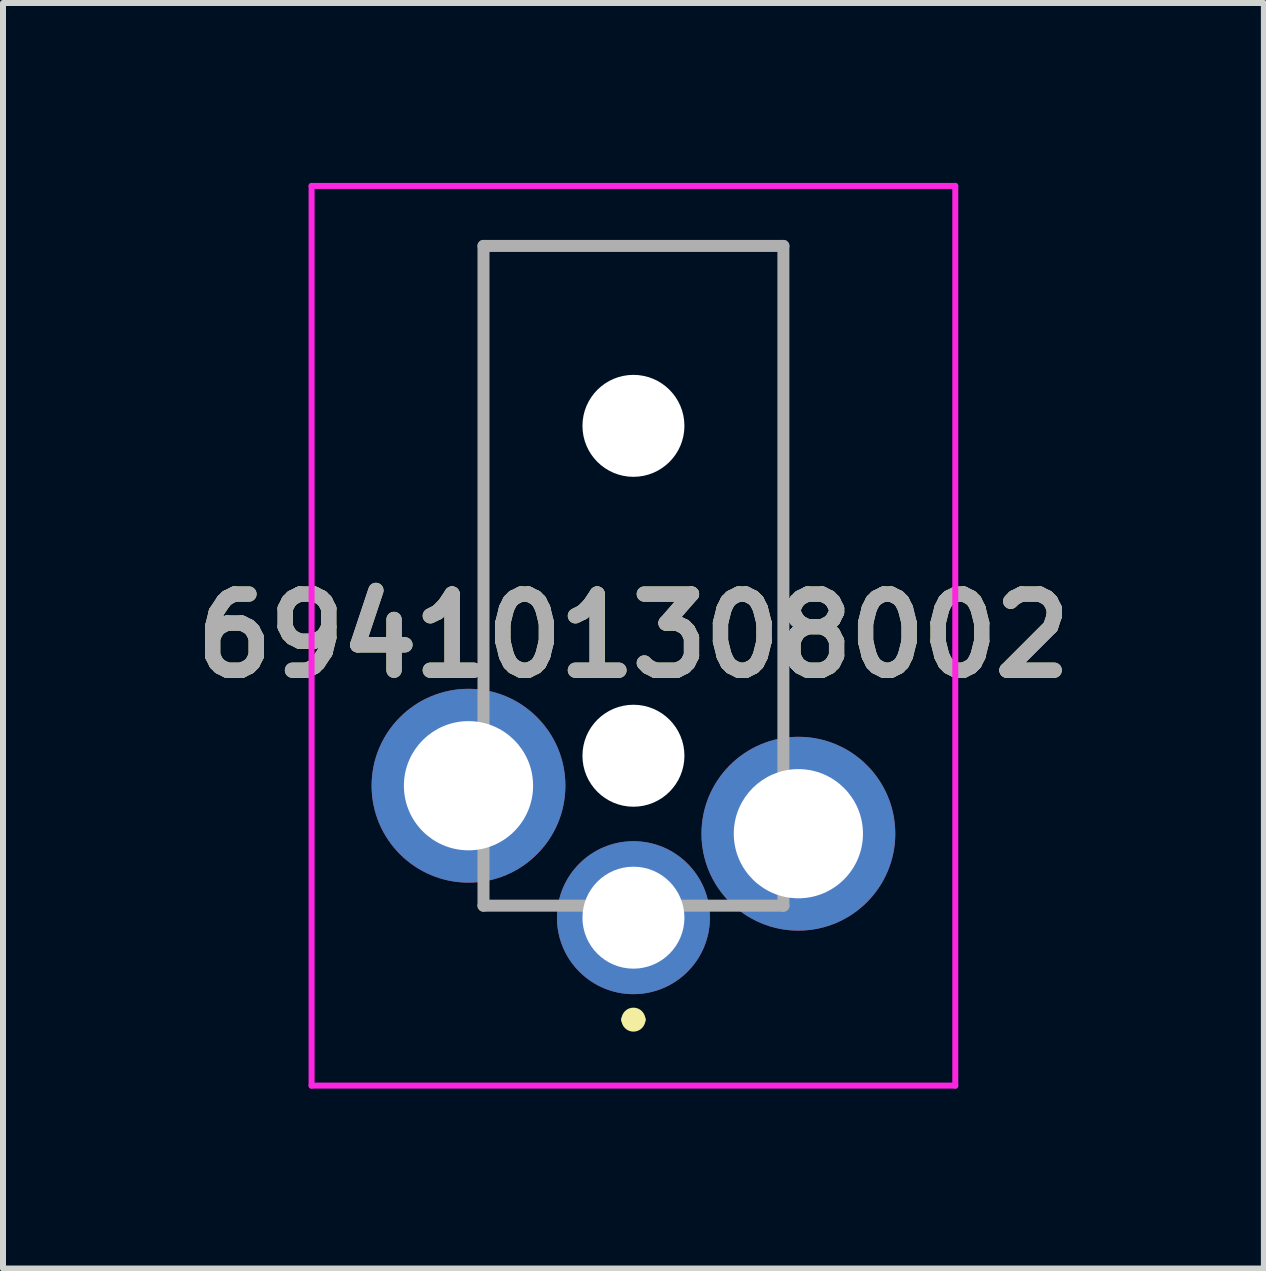
<source format=kicad_pcb>
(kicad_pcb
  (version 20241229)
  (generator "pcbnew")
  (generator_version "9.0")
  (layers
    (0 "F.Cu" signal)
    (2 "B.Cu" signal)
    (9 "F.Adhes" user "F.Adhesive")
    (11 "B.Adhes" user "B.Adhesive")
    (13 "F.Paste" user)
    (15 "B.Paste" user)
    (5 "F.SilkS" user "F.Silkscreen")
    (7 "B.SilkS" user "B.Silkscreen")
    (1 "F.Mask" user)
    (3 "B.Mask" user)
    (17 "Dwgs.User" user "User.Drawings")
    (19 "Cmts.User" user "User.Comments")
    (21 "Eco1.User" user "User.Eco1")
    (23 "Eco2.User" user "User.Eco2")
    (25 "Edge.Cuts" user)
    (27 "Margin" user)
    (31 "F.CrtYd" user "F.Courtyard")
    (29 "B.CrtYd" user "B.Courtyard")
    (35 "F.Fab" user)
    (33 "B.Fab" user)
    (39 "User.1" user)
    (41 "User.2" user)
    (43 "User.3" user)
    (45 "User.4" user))
  (footprint "694101308002"
    (layer "F.Cu")
    (at 7.511 12.25)
    (property "Reference" "694101308002" (at 0 -4.7 0) (layer "F.SilkS") (effects (font (size 1.27 1.27) (thickness 0.254))))
    (attr through_hole)
    (fp_line (start -2.5 -11.2) (end 2.5 -11.2) (stroke (width 0.1) (type solid)) (layer "F.SilkS"))
    (fp_line (start -2.5 -4.2) (end -2.5 -11.2) (stroke (width 0.1) (type solid)) (layer "F.SilkS"))
    (fp_line (start -0.1 1.7) (end -0.1 1.7) (stroke (width 0.2) (type solid)) (layer "F.SilkS"))
    (fp_line (start 0.1 1.7) (end 0.1 1.7) (stroke (width 0.2) (type solid)) (layer "F.SilkS"))
    (fp_line (start 2.5 -11.2) (end 2.5 -3.2) (stroke (width 0.1) (type solid)) (layer "F.SilkS"))
    (fp_arc (start -0.1 1.7) (mid 0 1.6) (end 0.1 1.7) (stroke (width 0.2) (type solid)) (layer "F.SilkS"))
    (fp_arc (start 0.1 1.7) (mid 0 1.8) (end -0.1 1.7) (stroke (width 0.2) (type solid)) (layer "F.SilkS"))
    (fp_line (start -5.366 -12.2) (end 5.366 -12.2) (stroke (width 0.1) (type solid)) (layer "F.CrtYd"))
    (fp_line (start -5.366 2.8) (end -5.366 -12.2) (stroke (width 0.1) (type solid)) (layer "F.CrtYd"))
    (fp_line (start 5.366 -12.2) (end 5.366 2.8) (stroke (width 0.1) (type solid)) (layer "F.CrtYd"))
    (fp_line (start 5.366 2.8) (end -5.366 2.8) (stroke (width 0.1) (type solid)) (layer "F.CrtYd"))
    (fp_line (start -2.5 -11.2) (end 2.5 -11.2) (stroke (width 0.2) (type solid)) (layer "F.Fab"))
    (fp_line (start -2.5 -0.2) (end -2.5 -11.2) (stroke (width 0.2) (type solid)) (layer "F.Fab"))
    (fp_line (start 2.5 -11.2) (end 2.5 -0.2) (stroke (width 0.2) (type solid)) (layer "F.Fab"))
    (fp_line (start 2.5 -0.2) (end -2.5 -0.2) (stroke (width 0.2) (type solid)) (layer "F.Fab"))
    (fp_text user "${REFERENCE}" (at 0 -4.7 0) (layer "F.Fab") (effects (font (size 1.27 1.27) (thickness 0.254))))
    (pad "" np_thru_hole circle (at 0 -8.2) (size 1.7 1.7) (drill 1.7) (layers "*.Cu" "*.Mask"))
    (pad "" np_thru_hole circle (at 0 -2.7) (size 1.7 1.7) (drill 1.7) (layers "*.Cu" "*.Mask"))
    (pad "1" thru_hole circle (at 0 0) (size 2.55 2.55) (drill 1.7) (layers "*.Cu" "*.Mask"))
    (pad "2" thru_hole circle (at -2.75 -2.2) (size 3.231 3.231) (drill 2.154) (layers "*.Cu" "*.Mask"))
    (pad "3" thru_hole circle (at 2.75 -1.4) (size 3.231 3.231) (drill 2.154) (layers "*.Cu" "*.Mask")))
  (gr_rect
    (start -3 -3)
    (end 18.022 18.1)
    (stroke (width 0.1) (type default))
    (fill no)
    (layer "Edge.Cuts")))
</source>
